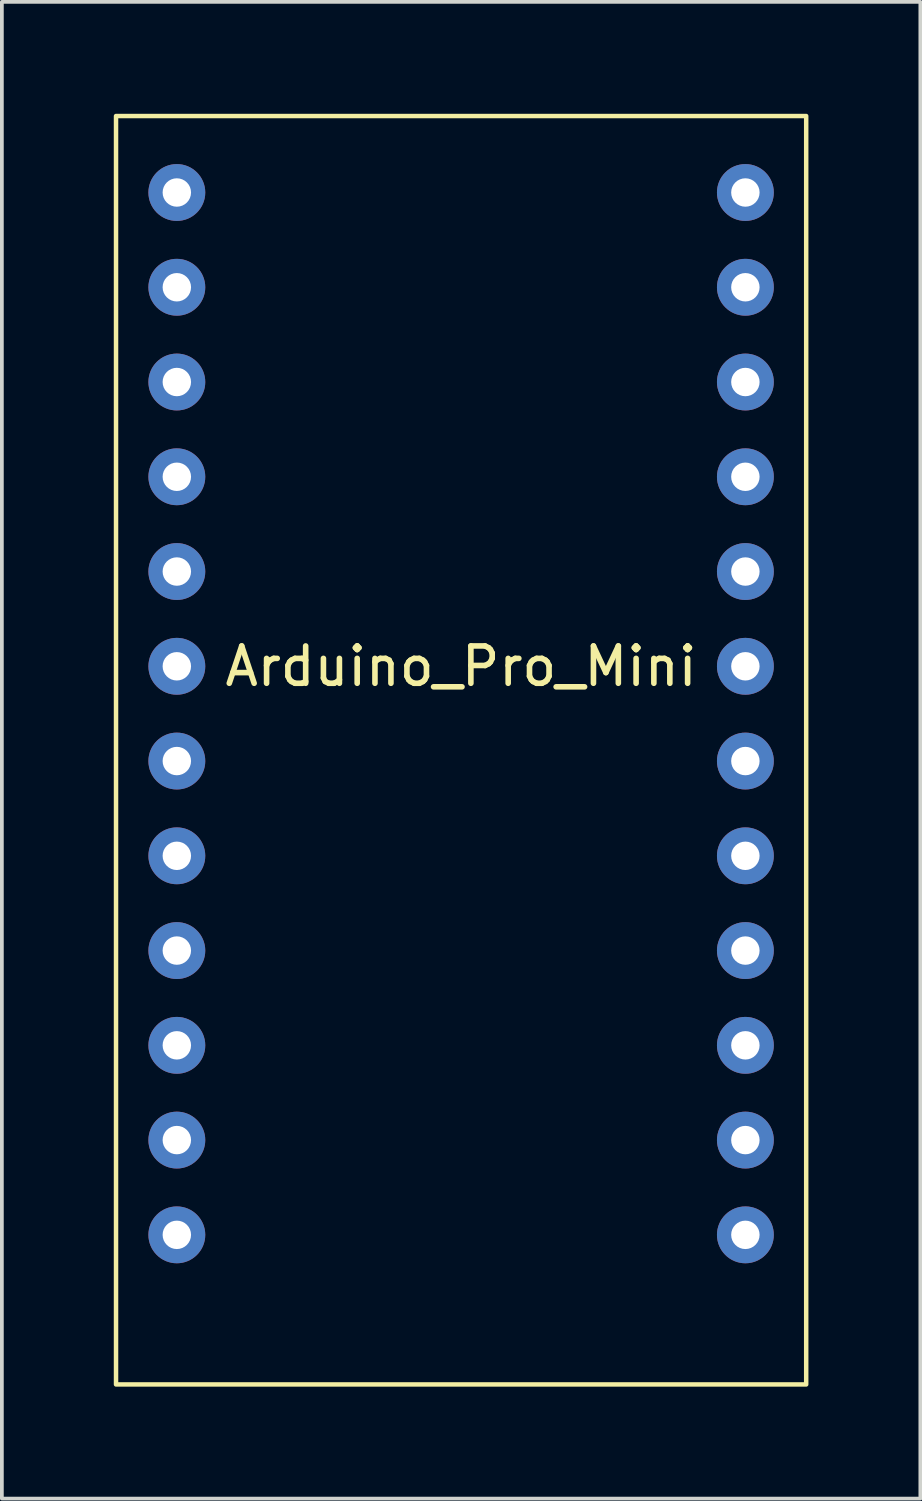
<source format=kicad_pcb>
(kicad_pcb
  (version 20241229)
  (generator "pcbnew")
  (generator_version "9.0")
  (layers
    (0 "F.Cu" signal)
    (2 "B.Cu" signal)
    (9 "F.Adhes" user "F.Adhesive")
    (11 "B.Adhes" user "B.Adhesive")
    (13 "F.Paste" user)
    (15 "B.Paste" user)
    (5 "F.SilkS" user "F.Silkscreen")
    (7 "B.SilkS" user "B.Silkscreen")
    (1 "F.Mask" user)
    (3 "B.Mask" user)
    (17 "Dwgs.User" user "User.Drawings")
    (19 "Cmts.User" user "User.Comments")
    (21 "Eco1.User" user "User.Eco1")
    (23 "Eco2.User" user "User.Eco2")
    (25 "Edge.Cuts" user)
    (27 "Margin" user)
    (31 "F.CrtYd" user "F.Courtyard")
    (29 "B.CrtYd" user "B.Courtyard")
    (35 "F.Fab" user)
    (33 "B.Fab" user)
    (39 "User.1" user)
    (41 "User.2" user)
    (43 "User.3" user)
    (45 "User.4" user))
  (footprint "Arduino_Pro_Mini"
    (layer "F.Cu")
    (at 9.18 15.55)
    (property "Reference" "Arduino_Pro_Mini" (at 0.13 -0.74 0) (unlocked yes) (layer "F.SilkS") (effects (font (size 1 1) (thickness 0.15))))
    (attr through_hole)
    (fp_rect (start -9.12 -15.49) (end 9.38 18.51) (stroke (width 0.12) (type solid)) (fill no) (layer "F.SilkS"))
    (pad "1" thru_hole circle (at -7.49 -13.44) (size 1.524 1.524) (drill 0.762) (layers "*.Cu" "*.Mask"))
    (pad "2" thru_hole circle (at -7.49 -10.9) (size 1.524 1.524) (drill 0.762) (layers "*.Cu" "*.Mask"))
    (pad "3" thru_hole circle (at -7.49 -8.36) (size 1.524 1.524) (drill 0.762) (layers "*.Cu" "*.Mask"))
    (pad "4" thru_hole circle (at -7.49 -5.82) (size 1.524 1.524) (drill 0.762) (layers "*.Cu" "*.Mask"))
    (pad "5" thru_hole circle (at -7.49 -3.28) (size 1.524 1.524) (drill 0.762) (layers "*.Cu" "*.Mask"))
    (pad "6" thru_hole circle (at -7.49 -0.74) (size 1.524 1.524) (drill 0.762) (layers "*.Cu" "*.Mask"))
    (pad "7" thru_hole circle (at -7.49 1.8) (size 1.524 1.524) (drill 0.762) (layers "*.Cu" "*.Mask"))
    (pad "8" thru_hole circle (at -7.49 4.34) (size 1.524 1.524) (drill 0.762) (layers "*.Cu" "*.Mask"))
    (pad "9" thru_hole circle (at -7.49 6.88) (size 1.524 1.524) (drill 0.762) (layers "*.Cu" "*.Mask"))
    (pad "10" thru_hole circle (at -7.49 9.42) (size 1.524 1.524) (drill 0.762) (layers "*.Cu" "*.Mask"))
    (pad "11" thru_hole circle (at -7.49 11.96) (size 1.524 1.524) (drill 0.762) (layers "*.Cu" "*.Mask"))
    (pad "12" thru_hole circle (at -7.49 14.5) (size 1.524 1.524) (drill 0.762) (layers "*.Cu" "*.Mask"))
    (pad "13" thru_hole circle (at 7.75 14.5) (size 1.524 1.524) (drill 0.762) (layers "*.Cu" "*.Mask"))
    (pad "14" thru_hole circle (at 7.75 11.96) (size 1.524 1.524) (drill 0.762) (layers "*.Cu" "*.Mask"))
    (pad "15" thru_hole circle (at 7.75 9.42) (size 1.524 1.524) (drill 0.762) (layers "*.Cu" "*.Mask"))
    (pad "16" thru_hole circle (at 7.75 6.88) (size 1.524 1.524) (drill 0.762) (layers "*.Cu" "*.Mask"))
    (pad "17" thru_hole circle (at 7.75 4.34) (size 1.524 1.524) (drill 0.762) (layers "*.Cu" "*.Mask"))
    (pad "18" thru_hole circle (at 7.75 1.8) (size 1.524 1.524) (drill 0.762) (layers "*.Cu" "*.Mask"))
    (pad "19" thru_hole circle (at 7.75 -0.74) (size 1.524 1.524) (drill 0.762) (layers "*.Cu" "*.Mask"))
    (pad "20" thru_hole circle (at 7.75 -3.28) (size 1.524 1.524) (drill 0.762) (layers "*.Cu" "*.Mask"))
    (pad "21" thru_hole circle (at 7.75 -5.82) (size 1.524 1.524) (drill 0.762) (layers "*.Cu" "*.Mask"))
    (pad "22" thru_hole circle (at 7.75 -8.36) (size 1.524 1.524) (drill 0.762) (layers "*.Cu" "*.Mask"))
    (pad "23" thru_hole circle (at 7.75 -10.9) (size 1.524 1.524) (drill 0.762) (layers "*.Cu" "*.Mask"))
    (pad "24" thru_hole circle (at 7.75 -13.44) (size 1.524 1.524) (drill 0.762) (layers "*.Cu" "*.Mask")))
  (gr_rect
    (start -3 -3)
    (end 21.62 37.12)
    (stroke (width 0.1) (type default))
    (fill no)
    (layer "Edge.Cuts")))
</source>
